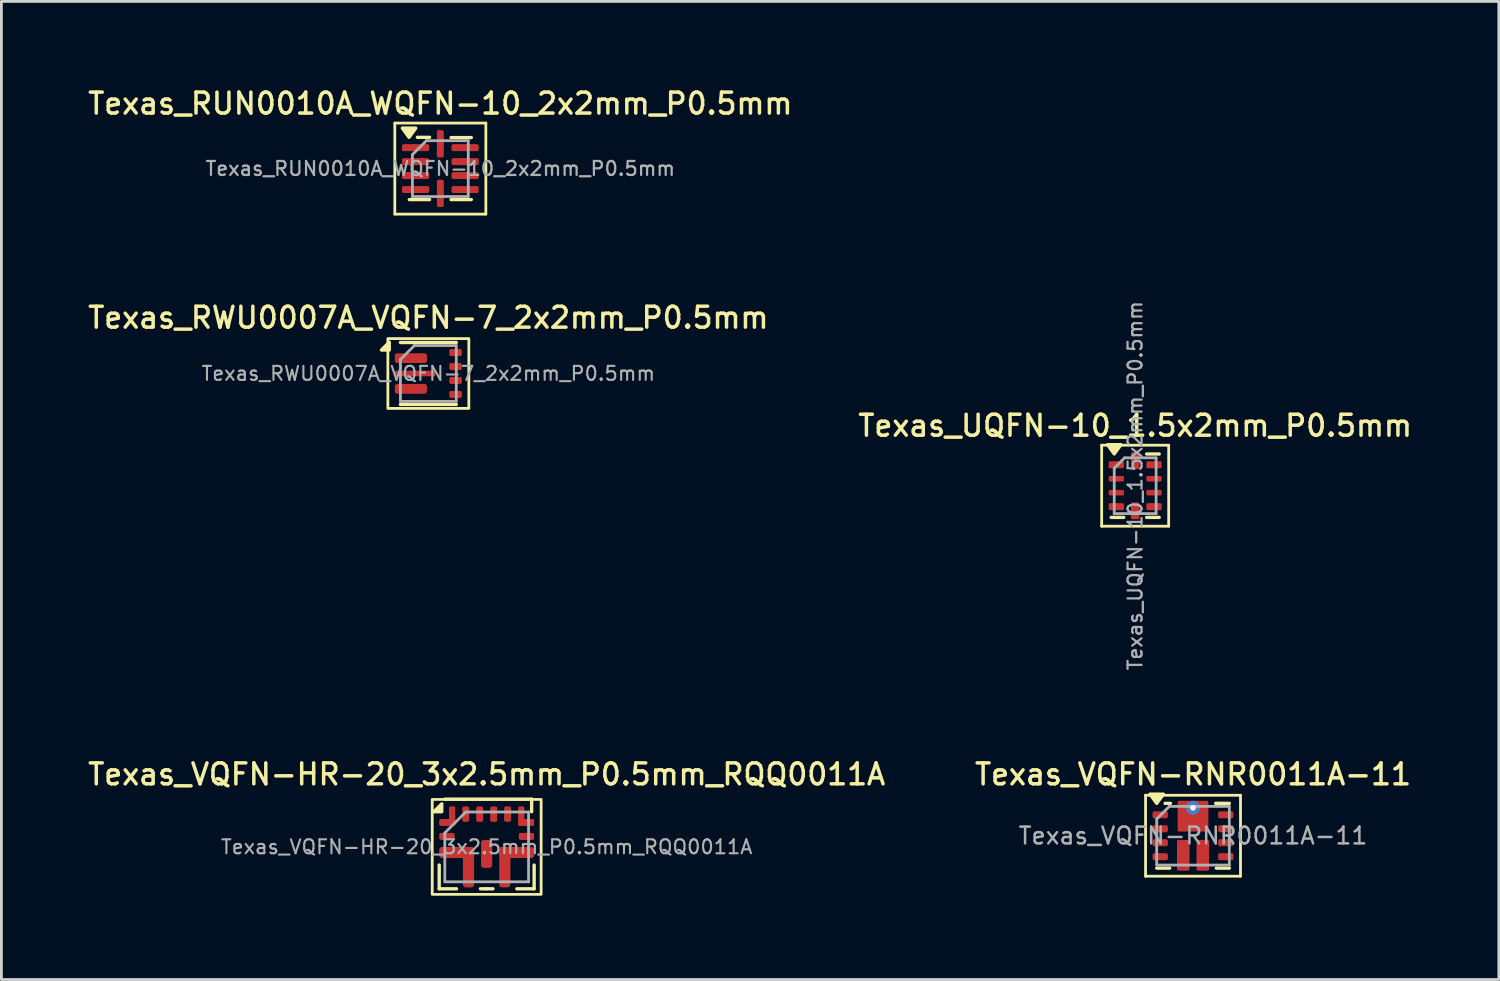
<source format=kicad_pcb>
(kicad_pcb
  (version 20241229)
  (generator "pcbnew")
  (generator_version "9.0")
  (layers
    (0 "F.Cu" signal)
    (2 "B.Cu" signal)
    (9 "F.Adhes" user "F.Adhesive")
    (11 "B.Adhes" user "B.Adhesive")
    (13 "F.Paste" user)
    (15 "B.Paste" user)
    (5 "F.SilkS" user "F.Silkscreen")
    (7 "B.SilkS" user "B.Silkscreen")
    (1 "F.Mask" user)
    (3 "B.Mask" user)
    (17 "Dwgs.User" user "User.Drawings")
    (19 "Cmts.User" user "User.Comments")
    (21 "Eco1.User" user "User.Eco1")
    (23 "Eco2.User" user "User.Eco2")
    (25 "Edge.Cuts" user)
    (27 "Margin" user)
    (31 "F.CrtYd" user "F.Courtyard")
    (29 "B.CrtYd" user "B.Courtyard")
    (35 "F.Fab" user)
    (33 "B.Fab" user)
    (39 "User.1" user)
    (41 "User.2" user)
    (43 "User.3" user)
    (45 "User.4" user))
  (footprint "Texas_VQFN-RNR0011A-11"
    (layer "F.Cu")
    (at 39.677 26.881)
    (property "Reference" "Texas_VQFN-RNR0011A-11" (at 0 -2.2 0) (layer "F.SilkS") (effects (font (size 0.75 0.75) (thickness 0.125))))
    (attr smd)
    (fp_arc (start -0.2 -0.77) (mid -0.270711 -0.799289) (end -0.3 -0.87) (stroke (width 0.1) (type default)) (layer "F.Mask"))
    (fp_arc (start 0.3 -0.87) (mid 0.270711 -0.799289) (end 0.2 -0.77) (stroke (width 0.1) (type default)) (layer "F.Mask"))
    (fp_line (start -1.7 -1.45) (end -1.7 1.45) (stroke (width 0.1) (type solid)) (layer "F.SilkS"))
    (fp_line (start -1.7 -1.45) (end 1.7 -1.45) (stroke (width 0.1) (type solid)) (layer "F.SilkS"))
    (fp_line (start -1.7 1.45) (end 1.7 1.45) (stroke (width 0.1) (type solid)) (layer "F.SilkS"))
    (fp_line (start -1.3 1.16) (end -0.835 1.16) (stroke (width 0.12) (type solid)) (layer "F.SilkS"))
    (fp_line (start -1 -1.16) (end -0.81 -1.16) (stroke (width 0.12) (type solid)) (layer "F.SilkS"))
    (fp_line (start 0.81 -1.16) (end 1.3 -1.16) (stroke (width 0.12) (type solid)) (layer "F.SilkS"))
    (fp_line (start 0.835 1.16) (end 1.3 1.16) (stroke (width 0.12) (type solid)) (layer "F.SilkS"))
    (fp_line (start 1.7 -1.45) (end 1.7 1.45) (stroke (width 0.1) (type solid)) (layer "F.SilkS"))
    (fp_poly (pts (xy -1.3 -1.16) (xy -1.54 -1.49) (xy -1.06 -1.49) (xy -1.3 -1.16)) (stroke (width 0.12) (type solid)) (fill yes) (layer "F.SilkS"))
    (fp_line (start -1.3 -0.6) (end -1.3 1.05) (stroke (width 0.1) (type solid)) (layer "F.Fab"))
    (fp_line (start -1.3 1.05) (end 1.3 1.05) (stroke (width 0.1) (type solid)) (layer "F.Fab"))
    (fp_line (start -0.85 -1.05) (end -1.3 -0.6) (stroke (width 0.1) (type default)) (layer "F.Fab"))
    (fp_line (start -0.85 -1.05) (end 1.3 -1.05) (stroke (width 0.1) (type solid)) (layer "F.Fab"))
    (fp_line (start 1.3 -1.05) (end 1.3 1.05) (stroke (width 0.1) (type solid)) (layer "F.Fab"))
    (fp_text user "${REFERENCE}" (at 0 0 0) (layer "F.Fab") (effects (font (size 0.6 0.6) (thickness 0.09))))
    (pad "" smd roundrect (at -0.375 -1.06) (size 0.25 0.28) (layers "F.Paste") (roundrect_rratio 0.1))
    (pad "" smd roundrect (at -0.375 -0.7) (size 0.25 1) (layers "F.Mask") (roundrect_rratio 0.15))
    (pad "" smd roundrect (at -0.35 0.74) (size 0.35 0.92) (layers "F.Paste") (roundrect_rratio 0.1))
    (pad "" smd roundrect (at 0 -0.51) (size 1 0.62) (layers "F.Mask") (roundrect_rratio 0.1))
    (pad "" smd roundrect (at 0 -0.46) (size 1 0.52) (layers "F.Paste") (roundrect_rratio 0.1))
    (pad "" smd roundrect (at 0.35 0.74) (size 0.35 0.92) (layers "F.Paste") (roundrect_rratio 0.1))
    (pad "" smd roundrect (at 0.375 -1.06) (size 0.25 0.28) (layers "F.Paste") (roundrect_rratio 0.1))
    (pad "" smd roundrect (at 0.375 -0.7) (size 0.25 1) (layers "F.Mask") (roundrect_rratio 0.15))
    (pad "1" smd roundrect (at -1.175 -0.75) (size 0.55 0.25) (layers "F.Cu" "F.Mask" "F.Paste") (roundrect_rratio 0.25))
    (pad "2" smd roundrect (at -1.175 -0.25) (size 0.55 0.25) (layers "F.Cu" "F.Mask" "F.Paste") (roundrect_rratio 0.25))
    (pad "3" smd roundrect (at -1.175 0.25) (size 0.55 0.25) (layers "F.Cu" "F.Mask" "F.Paste") (roundrect_rratio 0.25))
    (pad "4" smd roundrect (at -1.175 0.75) (size 0.55 0.25) (layers "F.Cu" "F.Mask" "F.Paste") (roundrect_rratio 0.25))
    (pad "5" smd roundrect (at -0.35 0.7) (size 0.45 1.1) (layers "F.Cu" "F.Mask") (roundrect_rratio 0.12))
    (pad "6" smd roundrect (at 0.35 0.7) (size 0.45 1.1) (layers "F.Cu" "F.Mask") (roundrect_rratio 0.12))
    (pad "7" smd roundrect (at 1.175 0.75 180) (size 0.55 0.25) (layers "F.Cu" "F.Mask" "F.Paste") (roundrect_rratio 0.25))
    (pad "8" smd roundrect (at 1.175 0.25 180) (size 0.55 0.25) (layers "F.Cu" "F.Mask" "F.Paste") (roundrect_rratio 0.25))
    (pad "9" smd roundrect (at 1.175 -0.25 180) (size 0.55 0.25) (layers "F.Cu" "F.Mask" "F.Paste") (roundrect_rratio 0.25))
    (pad "10" smd roundrect (at 1.175 -0.75 180) (size 0.55 0.25) (layers "F.Cu" "F.Mask" "F.Paste") (roundrect_rratio 0.25))
    (pad "11" thru_hole circle (at 0 -1) (size 0.5 0.5) (drill 0.2) (layers "*.Cu"))
    (pad "11" smd roundrect (at 0 -0.7) (size 1.1 1.1) (layers "F.Cu") (roundrect_rratio 0.05)))
  (footprint "Texas_RUN0010A_WQFN-10_2x2mm_P0.5mm"
    (layer "F.Cu")
    (at 12.72 2.988)
    (property "Reference" "Texas_RUN0010A_WQFN-10_2x2mm_P0.5mm" (at 0 -2.33 0) (layer "F.SilkS") (effects (font (size 0.75 0.75) (thickness 0.125))))
    (attr smd)
    (fp_line (start -1.63 -1.63) (end -1.63 1.63) (stroke (width 0.1) (type solid)) (layer "F.SilkS"))
    (fp_line (start -1.63 1.63) (end 1.63 1.63) (stroke (width 0.1) (type solid)) (layer "F.SilkS"))
    (fp_line (start -0.385 -1.12) (end -0.82 -1.12) (stroke (width 0.12) (type solid)) (layer "F.SilkS"))
    (fp_line (start -0.385 1.11) (end -1.11 1.11) (stroke (width 0.12) (type solid)) (layer "F.SilkS"))
    (fp_line (start 0.385 -1.11) (end 1.11 -1.11) (stroke (width 0.12) (type solid)) (layer "F.SilkS"))
    (fp_line (start 0.385 1.11) (end 1.11 1.11) (stroke (width 0.12) (type solid)) (layer "F.SilkS"))
    (fp_line (start 1.63 -1.63) (end -1.63 -1.63) (stroke (width 0.1) (type solid)) (layer "F.SilkS"))
    (fp_line (start 1.63 1.63) (end 1.63 -1.63) (stroke (width 0.1) (type solid)) (layer "F.SilkS"))
    (fp_poly (pts (xy -1.12 -1.12) (xy -1.36 -1.45) (xy -0.88 -1.45) (xy -1.12 -1.12)) (stroke (width 0.12) (type solid)) (fill yes) (layer "F.SilkS"))
    (fp_line (start -1 -0.5) (end -0.5 -1) (stroke (width 0.1) (type solid)) (layer "F.Fab"))
    (fp_line (start -1 1) (end -1 -0.5) (stroke (width 0.1) (type solid)) (layer "F.Fab"))
    (fp_line (start -0.5 -1) (end 1 -1) (stroke (width 0.1) (type solid)) (layer "F.Fab"))
    (fp_line (start 1 -1) (end 1 1) (stroke (width 0.1) (type solid)) (layer "F.Fab"))
    (fp_line (start 1 1) (end -1 1) (stroke (width 0.1) (type solid)) (layer "F.Fab"))
    (fp_text user "${REFERENCE}" (at 0 0 0) (layer "F.Fab") (effects (font (size 0.5 0.5) (thickness 0.08))))
    (pad "1" smd roundrect (at -0.887 -0.75) (size 0.975 0.25) (layers "F.Cu" "F.Mask" "F.Paste") (roundrect_rratio 0.25))
    (pad "2" smd roundrect (at -0.887 -0.25) (size 0.975 0.25) (layers "F.Cu" "F.Mask" "F.Paste") (roundrect_rratio 0.25))
    (pad "3" smd roundrect (at -0.887 0.25) (size 0.975 0.25) (layers "F.Cu" "F.Mask" "F.Paste") (roundrect_rratio 0.25))
    (pad "4" smd roundrect (at -0.887 0.75) (size 0.975 0.25) (layers "F.Cu" "F.Mask" "F.Paste") (roundrect_rratio 0.25))
    (pad "5" smd roundrect (at 0 0.887) (size 0.25 0.975) (layers "F.Cu" "F.Mask" "F.Paste") (roundrect_rratio 0.25))
    (pad "6" smd roundrect (at 0.887 0.75) (size 0.975 0.25) (layers "F.Cu" "F.Mask" "F.Paste") (roundrect_rratio 0.25))
    (pad "7" smd roundrect (at 0.887 0.25) (size 0.975 0.25) (layers "F.Cu" "F.Mask" "F.Paste") (roundrect_rratio 0.25))
    (pad "8" smd roundrect (at 0.887 -0.25) (size 0.975 0.25) (layers "F.Cu" "F.Mask" "F.Paste") (roundrect_rratio 0.25))
    (pad "9" smd roundrect (at 0.887 -0.75) (size 0.975 0.25) (layers "F.Cu" "F.Mask" "F.Paste") (roundrect_rratio 0.25))
    (pad "10" smd roundrect (at 0 -0.887) (size 0.25 0.975) (layers "F.Cu" "F.Mask" "F.Paste") (roundrect_rratio 0.25)))
  (footprint "Texas_UQFN-10_1.5x2mm_P0.5mm"
    (layer "F.Cu")
    (at 37.605 14.345)
    (property "Reference" "Texas_UQFN-10_1.5x2mm_P0.5mm" (at 0 -2.15 0) (layer "F.SilkS") (effects (font (size 0.75 0.75) (thickness 0.125))))
    (attr smd)
    (fp_line (start -1.2 -1.45) (end -1.2 1.45) (stroke (width 0.1) (type solid)) (layer "F.SilkS"))
    (fp_line (start -1.2 1.45) (end 1.2 1.45) (stroke (width 0.1) (type solid)) (layer "F.SilkS"))
    (fp_line (start -0.41 1.135) (end -0.86 1.135) (stroke (width 0.12) (type solid)) (layer "F.SilkS"))
    (fp_line (start 0.41 -1.135) (end 0.86 -1.135) (stroke (width 0.12) (type solid)) (layer "F.SilkS"))
    (fp_line (start 0.41 1.135) (end 0.86 1.135) (stroke (width 0.12) (type solid)) (layer "F.SilkS"))
    (fp_line (start 1.2 -1.45) (end -1.2 -1.45) (stroke (width 0.1) (type solid)) (layer "F.SilkS"))
    (fp_line (start 1.2 1.45) (end 1.2 -1.45) (stroke (width 0.1) (type solid)) (layer "F.SilkS"))
    (fp_poly (pts (xy -0.75 -1.14) (xy -0.99 -1.47) (xy -0.51 -1.47) (xy -0.75 -1.14)) (stroke (width 0.12) (type solid)) (fill yes) (layer "F.SilkS"))
    (fp_line (start -0.75 -0.625) (end -0.375 -1) (stroke (width 0.1) (type solid)) (layer "F.Fab"))
    (fp_line (start -0.75 1) (end -0.75 -0.625) (stroke (width 0.1) (type solid)) (layer "F.Fab"))
    (fp_line (start -0.375 -1) (end 0.75 -1) (stroke (width 0.1) (type solid)) (layer "F.Fab"))
    (fp_line (start 0.75 -1) (end 0.75 1) (stroke (width 0.1) (type solid)) (layer "F.Fab"))
    (fp_line (start 0.75 1) (end -0.75 1) (stroke (width 0.1) (type solid)) (layer "F.Fab"))
    (fp_text user "${REFERENCE}" (at 0 0 90) (layer "F.Fab") (effects (font (size 0.5 0.5) (thickness 0.08))))
    (pad "1" smd roundrect (at -0.675 -0.75) (size 0.55 0.25) (layers "F.Cu" "F.Mask" "F.Paste") (roundrect_rratio 0.2))
    (pad "2" smd roundrect (at -0.675 -0.25) (size 0.55 0.2) (layers "F.Cu" "F.Mask" "F.Paste") (roundrect_rratio 0.25))
    (pad "3" smd roundrect (at -0.675 0.25) (size 0.55 0.2) (layers "F.Cu" "F.Mask" "F.Paste") (roundrect_rratio 0.25))
    (pad "4" smd roundrect (at -0.675 0.75) (size 0.55 0.25) (layers "F.Cu" "F.Mask" "F.Paste") (roundrect_rratio 0.2))
    (pad "5" smd roundrect (at 0 0.9) (size 0.3 0.6) (layers "F.Cu" "F.Mask" "F.Paste") (roundrect_rratio 0.167))
    (pad "6" smd roundrect (at 0.675 0.75) (size 0.55 0.25) (layers "F.Cu" "F.Mask" "F.Paste") (roundrect_rratio 0.2))
    (pad "7" smd roundrect (at 0.675 0.25) (size 0.55 0.2) (layers "F.Cu" "F.Mask" "F.Paste") (roundrect_rratio 0.25))
    (pad "8" smd roundrect (at 0.675 -0.25) (size 0.55 0.2) (layers "F.Cu" "F.Mask" "F.Paste") (roundrect_rratio 0.25))
    (pad "9" smd roundrect (at 0.675 -0.75) (size 0.55 0.25) (layers "F.Cu" "F.Mask" "F.Paste") (roundrect_rratio 0.2))
    (pad "10" smd roundrect (at 0 -0.9) (size 0.3 0.6) (layers "F.Cu" "F.Mask" "F.Paste") (roundrect_rratio 0.167)))
  (footprint "Texas_RWU0007A_VQFN-7_2x2mm_P0.5mm"
    (layer "F.Cu")
    (at 12.291 10.326)
    (property "Reference" "Texas_RWU0007A_VQFN-7_2x2mm_P0.5mm" (at 0 -2 0) (layer "F.SilkS") (effects (font (size 0.75 0.75) (thickness 0.125))))
    (attr smd)
    (fp_line (start -1 -1.11) (end 1 -1.11) (stroke (width 0.12) (type solid)) (layer "F.SilkS"))
    (fp_line (start 1 1.11) (end -1 1.11) (stroke (width 0.12) (type solid)) (layer "F.SilkS"))
    (fp_rect (start -1.45 -1.25) (end 1.45 1.25) (stroke (width 0.1) (type default)) (fill no) (layer "F.SilkS"))
    (fp_poly (pts (xy -1.4 -0.84) (xy -1.68 -0.84) (xy -1.4 -1.12) (xy -1.4 -0.84)) (stroke (width 0.12) (type solid)) (fill yes) (layer "F.SilkS"))
    (fp_line (start -1 -0.5) (end -0.5 -1) (stroke (width 0.1) (type solid)) (layer "F.Fab"))
    (fp_line (start -1 1) (end -1 -0.5) (stroke (width 0.1) (type solid)) (layer "F.Fab"))
    (fp_line (start -0.5 -1) (end 1 -1) (stroke (width 0.1) (type solid)) (layer "F.Fab"))
    (fp_line (start 1 -1) (end 1 1) (stroke (width 0.1) (type solid)) (layer "F.Fab"))
    (fp_line (start 1 1) (end -1 1) (stroke (width 0.1) (type solid)) (layer "F.Fab"))
    (fp_text user "${REFERENCE}" (at 0 0 0) (layer "F.Fab") (effects (font (size 0.5 0.5) (thickness 0.075))))
    (pad "" smd roundrect (at -0.963 -0.55) (size 0.475 0.35) (layers "F.Paste") (roundrect_rratio 0.25))
    (pad "" smd roundrect (at -0.963 0.55) (size 0.475 0.35) (layers "F.Paste") (roundrect_rratio 0.25))
    (pad "" smd roundrect (at -0.887 0) (size 0.625 0.2) (layers "F.Paste") (roundrect_rratio 0.25))
    (pad "" smd roundrect (at -0.288 -0.55) (size 0.475 0.35) (layers "F.Paste") (roundrect_rratio 0.25))
    (pad "" smd roundrect (at -0.288 0.55) (size 0.475 0.35) (layers "F.Paste") (roundrect_rratio 0.25))
    (pad "" smd roundrect (at -0.062 0) (size 0.625 0.2) (layers "F.Paste") (roundrect_rratio 0.25))
    (pad "1" smd roundrect (at -0.625 -0.55) (size 1.15 0.35) (layers "F.Cu" "F.Mask") (roundrect_rratio 0.25))
    (pad "2" smd roundrect (at -0.475 0) (size 1.45 0.2) (layers "F.Cu" "F.Mask") (roundrect_rratio 0.25))
    (pad "3" smd roundrect (at -0.625 0.55) (size 1.15 0.35) (layers "F.Cu" "F.Mask") (roundrect_rratio 0.25))
    (pad "4" smd roundrect (at 0.975 0.75) (size 0.45 0.25) (layers "F.Cu" "F.Mask" "F.Paste") (roundrect_rratio 0.25))
    (pad "5" smd roundrect (at 0.975 0.25) (size 0.45 0.25) (layers "F.Cu" "F.Mask" "F.Paste") (roundrect_rratio 0.25))
    (pad "6" smd roundrect (at 0.975 -0.25) (size 0.45 0.25) (layers "F.Cu" "F.Mask" "F.Paste") (roundrect_rratio 0.25))
    (pad "7" smd roundrect (at 0.975 -0.75) (size 0.45 0.25) (layers "F.Cu" "F.Mask" "F.Paste") (roundrect_rratio 0.25)))
  (footprint "Texas_VQFN-HR-20_3x2.5mm_P0.5mm_RQQ0011A"
    (layer "F.Cu")
    (at 14.38 27.281)
    (property "Reference" "Texas_VQFN-HR-20_3x2.5mm_P0.5mm_RQQ0011A" (at 0 -2.6 0) (layer "F.SilkS") (effects (font (size 0.75 0.75) (thickness 0.125))))
    (attr smd)
    (fp_line (start -1.7 1.5) (end -1.7 0.65) (stroke (width 0.12) (type default)) (layer "F.SilkS"))
    (fp_line (start -1.7 1.5) (end -1.08 1.5) (stroke (width 0.12) (type default)) (layer "F.SilkS"))
    (fp_line (start -1.5 -1.71) (end 1.61 -1.71) (stroke (width 0.12) (type default)) (layer "F.SilkS"))
    (fp_line (start -0.225 1.5) (end 0 1.5) (stroke (width 0.12) (type default)) (layer "F.SilkS"))
    (fp_line (start 0.225 1.5) (end 0 1.5) (stroke (width 0.12) (type default)) (layer "F.SilkS"))
    (fp_line (start 1.61 -1.71) (end 1.61 -1.26) (stroke (width 0.12) (type default)) (layer "F.SilkS"))
    (fp_line (start 1.7 1.5) (end 1.08 1.5) (stroke (width 0.12) (type default)) (layer "F.SilkS"))
    (fp_line (start 1.7 1.5) (end 1.7 0.65) (stroke (width 0.12) (type default)) (layer "F.SilkS"))
    (fp_rect (start -1.95 -1.7) (end 1.95 1.7) (stroke (width 0.1) (type default)) (fill no) (layer "F.SilkS"))
    (fp_poly (pts (xy -1.61 -1.26) (xy -1.89 -1.26) (xy -1.61 -1.54) (xy -1.61 -1.26)) (stroke (width 0.12) (type solid)) (fill yes) (layer "F.SilkS"))
    (fp_line (start -1.5 -0.5) (end -1.5 1.25) (stroke (width 0.1) (type default)) (layer "F.Fab"))
    (fp_line (start -1.5 1.25) (end 1.5 1.25) (stroke (width 0.1) (type default)) (layer "F.Fab"))
    (fp_line (start -0.75 -1.25) (end -1.5 -0.5) (stroke (width 0.1) (type default)) (layer "F.Fab"))
    (fp_line (start 1.5 -1.25) (end -0.75 -1.25) (stroke (width 0.1) (type default)) (layer "F.Fab"))
    (fp_line (start 1.5 1.25) (end 1.5 -1.25) (stroke (width 0.1) (type default)) (layer "F.Fab"))
    (fp_text user "${REFERENCE}" (at 0 0 0) (layer "F.Fab") (effects (font (size 0.5 0.5) (thickness 0.075))))
    (pad "1" smd roundrect (at -1.413 -0.875) (size 0.575 0.25) (layers "F.Cu" "F.Mask" "F.Paste") (roundrect_rratio 0.25))
    (pad "1" smd roundrect (at -1.238 -1.1 180) (size 0.225 0.7) (layers "F.Cu" "F.Mask" "F.Paste") (roundrect_rratio 0.25))
    (pad "2" smd roundrect (at -1.425 -0.375 270) (size 0.25 0.55) (layers "F.Cu" "F.Mask" "F.Paste") (roundrect_rratio 0.25))
    (pad "3" smd roundrect (at -1.075 0.2) (size 1.25 0.4) (layers "F.Cu" "F.Mask" "F.Paste") (roundrect_rratio 0.25))
    (pad "3" smd roundrect (at -0.65 0.725) (size 0.4 1.45) (layers "F.Cu" "F.Mask" "F.Paste") (roundrect_rratio 0.25))
    (pad "4" smd roundrect (at 0 0.25) (size 0.4 1) (layers "F.Cu" "F.Mask" "F.Paste") (roundrect_rratio 0.25))
    (pad "5" smd roundrect (at 0.65 0.725) (size 0.4 1.45) (layers "F.Cu" "F.Mask" "F.Paste") (roundrect_rratio 0.25))
    (pad "5" smd roundrect (at 1.075 0.2) (size 1.25 0.4) (layers "F.Cu" "F.Mask" "F.Paste") (roundrect_rratio 0.25))
    (pad "6" smd roundrect (at 1.425 -0.375 270) (size 0.25 0.55) (layers "F.Cu" "F.Mask" "F.Paste") (roundrect_rratio 0.25))
    (pad "7" smd roundrect (at 1.238 -1.1 180) (size 0.225 0.7) (layers "F.Cu" "F.Mask" "F.Paste") (roundrect_rratio 0.25))
    (pad "7" smd roundrect (at 1.413 -0.875) (size 0.575 0.25) (layers "F.Cu" "F.Mask" "F.Paste") (roundrect_rratio 0.25))
    (pad "8" smd roundrect (at 0.75 -1.175) (size 0.25 0.55) (layers "F.Cu" "F.Mask" "F.Paste") (roundrect_rratio 0.25))
    (pad "9" smd roundrect (at 0.25 -1.175) (size 0.25 0.55) (layers "F.Cu" "F.Mask" "F.Paste") (roundrect_rratio 0.25))
    (pad "10" smd roundrect (at -0.25 -1.175) (size 0.25 0.55) (layers "F.Cu" "F.Mask" "F.Paste") (roundrect_rratio 0.25))
    (pad "11" smd roundrect (at -0.75 -1.175) (size 0.25 0.55) (layers "F.Cu" "F.Mask" "F.Paste") (roundrect_rratio 0.25)))
  (gr_rect
    (start -3 -3)
    (end 50.629 32.031)
    (stroke (width 0.1) (type default))
    (fill no)
    (layer "Edge.Cuts")))
</source>
